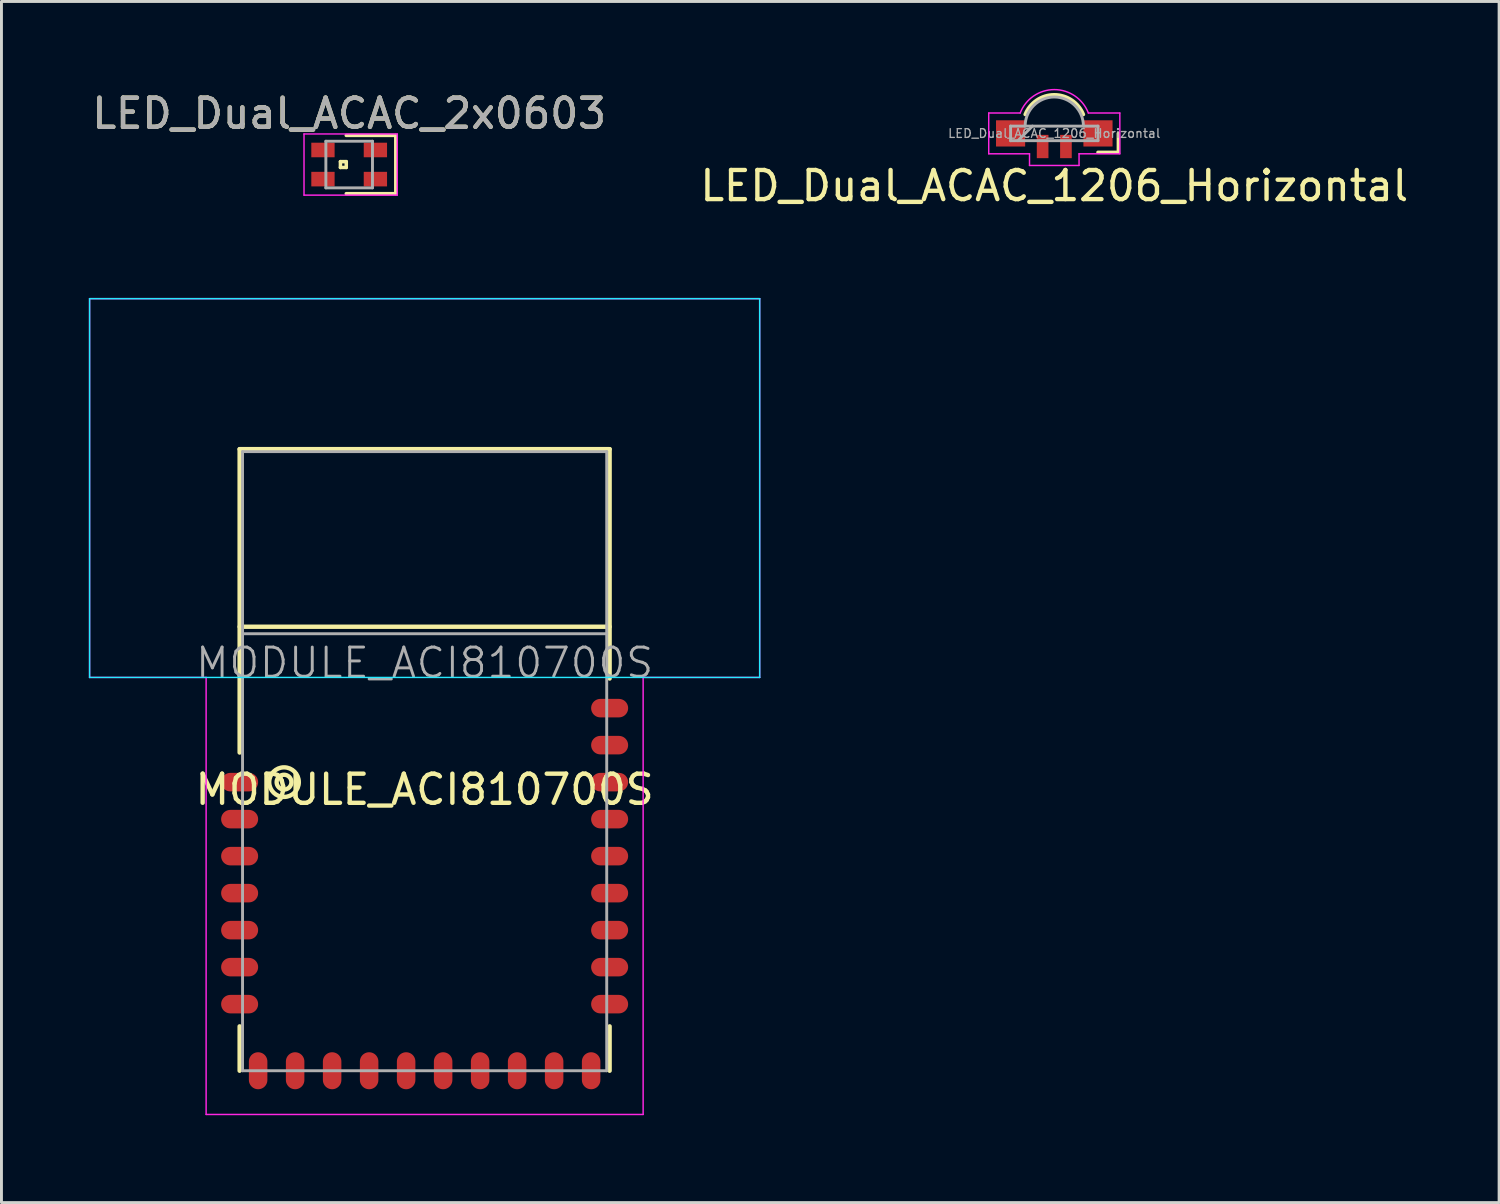
<source format=kicad_pcb>
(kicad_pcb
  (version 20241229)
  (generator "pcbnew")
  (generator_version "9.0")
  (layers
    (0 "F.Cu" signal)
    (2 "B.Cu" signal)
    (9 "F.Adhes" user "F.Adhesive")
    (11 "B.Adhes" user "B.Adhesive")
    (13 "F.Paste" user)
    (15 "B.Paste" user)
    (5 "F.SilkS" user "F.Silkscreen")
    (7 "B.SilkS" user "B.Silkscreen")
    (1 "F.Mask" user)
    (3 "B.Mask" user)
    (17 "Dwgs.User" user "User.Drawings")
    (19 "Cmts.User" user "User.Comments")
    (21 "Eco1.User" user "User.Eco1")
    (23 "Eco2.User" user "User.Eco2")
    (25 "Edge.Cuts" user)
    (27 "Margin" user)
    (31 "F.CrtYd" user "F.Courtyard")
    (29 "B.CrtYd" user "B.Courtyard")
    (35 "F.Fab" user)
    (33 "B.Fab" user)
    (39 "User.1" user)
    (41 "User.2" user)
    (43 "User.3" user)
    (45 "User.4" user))
  (footprint "LED_Dual_ACAC_2x0603"
    (layer "F.Cu")
    (at 8.935 2.598)
    (property "Reference" "LED_Dual_ACAC_2x0603" (at 0 -1.75 0) (layer "F.SilkS") (effects (font (size 1 1) (thickness 0.15))))
    (attr smd)
    (fp_line (start -0.3 0.1) (end -0.3 -0.1) (stroke (width 0.12) (type solid)) (layer "F.SilkS"))
    (fp_line (start -0.1 -0.1) (end -0.3 -0.1) (stroke (width 0.12) (type solid)) (layer "F.SilkS"))
    (fp_line (start -0.1 0.1) (end -0.3 0.1) (stroke (width 0.12) (type solid)) (layer "F.SilkS"))
    (fp_line (start -0.1 0.1) (end -0.1 -0.1) (stroke (width 0.12) (type solid)) (layer "F.SilkS"))
    (fp_line (start 1.6 -1) (end -0.1 -1) (stroke (width 0.12) (type solid)) (layer "F.SilkS"))
    (fp_line (start 1.6 -1) (end 1.6 1) (stroke (width 0.12) (type solid)) (layer "F.SilkS"))
    (fp_line (start 1.6 1) (end -0.1 1) (stroke (width 0.12) (type solid)) (layer "F.SilkS"))
    (fp_line (start -1.55 -1.05) (end -1.55 1.05) (stroke (width 0.05) (type solid)) (layer "F.CrtYd"))
    (fp_line (start -1.55 -1.05) (end 1.65 -1.05) (stroke (width 0.05) (type solid)) (layer "F.CrtYd"))
    (fp_line (start 1.65 1.05) (end -1.55 1.05) (stroke (width 0.05) (type solid)) (layer "F.CrtYd"))
    (fp_line (start 1.65 1.05) (end 1.65 -1.05) (stroke (width 0.05) (type solid)) (layer "F.CrtYd"))
    (fp_line (start -0.8 -0.8) (end 0.8 -0.8) (stroke (width 0.1) (type solid)) (layer "F.Fab"))
    (fp_line (start -0.8 0.8) (end -0.8 -0.8) (stroke (width 0.1) (type solid)) (layer "F.Fab"))
    (fp_line (start 0.8 -0.8) (end 0.8 0.8) (stroke (width 0.1) (type solid)) (layer "F.Fab"))
    (fp_line (start 0.8 0.8) (end -0.8 0.8) (stroke (width 0.1) (type solid)) (layer "F.Fab"))
    (fp_text user "${REFERENCE}" (at 0 -1.75 0) (layer "F.Fab") (effects (font (size 1 1) (thickness 0.15))))
    (pad "1" smd rect (at -0.9 -0.5) (size 0.8 0.5) (layers "F.Cu" "F.Mask" "F.Paste"))
    (pad "2" smd rect (at 0.9 -0.5) (size 0.8 0.5) (layers "F.Cu" "F.Mask" "F.Paste"))
    (pad "3" smd rect (at -0.9 0.5) (size 0.8 0.5) (layers "F.Cu" "F.Mask" "F.Paste"))
    (pad "4" smd rect (at 0.9 0.5) (size 0.8 0.5) (layers "F.Cu" "F.Mask" "F.Paste")))
  (footprint "MODULE_ACI810700S"
    (layer "F.Cu")
    (at 11.525 33.702)
    (property "Reference" "MODULE_ACI810700S" (at 0 -9.652 0) (layer "F.SilkS") (effects (font (size 1 1) (thickness 0.15))))
    (attr smd)
    (fp_line (start -6.35 -21.336) (end -6.35 -10.922) (stroke (width 0.15) (type solid)) (layer "F.SilkS"))
    (fp_line (start -6.35 -1.524) (end -6.35 0) (stroke (width 0.15) (type solid)) (layer "F.SilkS"))
    (fp_line (start 6.35 -21.336) (end -6.35 -21.336) (stroke (width 0.15) (type solid)) (layer "F.SilkS"))
    (fp_line (start 6.35 -15.24) (end -6.35 -15.24) (stroke (width 0.15) (type solid)) (layer "F.SilkS"))
    (fp_line (start 6.35 -13.462) (end 6.35 -21.336) (stroke (width 0.15) (type solid)) (layer "F.SilkS"))
    (fp_line (start 6.35 0) (end 6.35 -1.524) (stroke (width 0.15) (type solid)) (layer "F.SilkS"))
    (fp_circle (center -4.826 -9.906) (end -4.572 -9.906) (stroke (width 0.15) (type solid)) (fill no) (layer "F.SilkS"))
    (fp_circle (center -4.826 -9.906) (end -4.318 -9.906) (stroke (width 0.15) (type solid)) (fill no) (layer "F.SilkS"))
    (fp_line (start -11.5 -26.5) (end 11.5 -26.5) (stroke (width 0.05) (type solid)) (layer "B.CrtYd"))
    (fp_line (start -11.5 -13.5) (end -11.5 -26.5) (stroke (width 0.05) (type solid)) (layer "B.CrtYd"))
    (fp_line (start 11.5 -26.5) (end 11.5 -13.5) (stroke (width 0.05) (type solid)) (layer "B.CrtYd"))
    (fp_line (start 11.5 -13.5) (end -11.5 -13.5) (stroke (width 0.05) (type solid)) (layer "B.CrtYd"))
    (fp_line (start -11.5 -26.5) (end -11.5 -13.5) (stroke (width 0.05) (type solid)) (layer "F.CrtYd"))
    (fp_line (start -11.5 -13.5) (end -7.5 -13.5) (stroke (width 0.05) (type solid)) (layer "F.CrtYd"))
    (fp_line (start -7.5 -13.5) (end -7.5 1.5) (stroke (width 0.05) (type solid)) (layer "F.CrtYd"))
    (fp_line (start -7.5 1.5) (end 7.5 1.5) (stroke (width 0.05) (type solid)) (layer "F.CrtYd"))
    (fp_line (start 7.5 -13.5) (end 11.5 -13.5) (stroke (width 0.05) (type solid)) (layer "F.CrtYd"))
    (fp_line (start 7.5 1.5) (end 7.5 -13.5) (stroke (width 0.05) (type solid)) (layer "F.CrtYd"))
    (fp_line (start 11.5 -26.5) (end -11.5 -26.5) (stroke (width 0.05) (type solid)) (layer "F.CrtYd"))
    (fp_line (start 11.5 -13.5) (end 11.5 -26.5) (stroke (width 0.05) (type solid)) (layer "F.CrtYd"))
    (fp_line (start -6.25 -21.25) (end 6.25 -21.25) (stroke (width 0.1) (type solid)) (layer "F.Fab"))
    (fp_line (start -6.25 -15) (end 6.25 -15) (stroke (width 0.1) (type solid)) (layer "F.Fab"))
    (fp_line (start -6.25 0) (end -6.25 -21.25) (stroke (width 0.1) (type solid)) (layer "F.Fab"))
    (fp_line (start 6.25 -21.25) (end 6.25 0) (stroke (width 0.1) (type solid)) (layer "F.Fab"))
    (fp_line (start 6.25 0) (end -6.25 0) (stroke (width 0.1) (type solid)) (layer "F.Fab"))
    (fp_text user "${REFERENCE}" (at 0 -14 0) (layer "F.Fab") (effects (font (size 1 1) (thickness 0.1))))
    (pad "1" smd oval (at -6.35 -9.906) (size 1.27 0.635) (layers "F.Cu" "F.Mask" "F.Paste"))
    (pad "2" smd oval (at -6.35 -8.636) (size 1.27 0.635) (layers "F.Cu" "F.Mask" "F.Paste"))
    (pad "3" smd oval (at -6.35 -7.366) (size 1.27 0.635) (layers "F.Cu" "F.Mask" "F.Paste"))
    (pad "4" smd oval (at -6.35 -6.096) (size 1.27 0.635) (layers "F.Cu" "F.Mask" "F.Paste"))
    (pad "5" smd oval (at -6.35 -4.826) (size 1.27 0.635) (layers "F.Cu" "F.Mask" "F.Paste"))
    (pad "6" smd oval (at -6.35 -3.556) (size 1.27 0.635) (layers "F.Cu" "F.Mask" "F.Paste"))
    (pad "7" smd oval (at -6.35 -2.286) (size 1.27 0.635) (layers "F.Cu" "F.Mask" "F.Paste"))
    (pad "8" smd oval (at -5.715 0) (size 0.635 1.27) (layers "F.Cu" "F.Mask" "F.Paste"))
    (pad "9" smd oval (at -4.445 0) (size 0.635 1.27) (layers "F.Cu" "F.Mask" "F.Paste"))
    (pad "10" smd oval (at -3.175 0) (size 0.635 1.27) (layers "F.Cu" "F.Mask" "F.Paste"))
    (pad "11" smd oval (at -1.905 0) (size 0.635 1.27) (layers "F.Cu" "F.Mask" "F.Paste"))
    (pad "12" smd oval (at -0.635 0) (size 0.635 1.27) (layers "F.Cu" "F.Mask" "F.Paste"))
    (pad "13" smd oval (at 0.635 0) (size 0.635 1.27) (layers "F.Cu" "F.Mask" "F.Paste"))
    (pad "14" smd oval (at 1.905 0) (size 0.635 1.27) (layers "F.Cu" "F.Mask" "F.Paste"))
    (pad "15" smd oval (at 3.175 0) (size 0.635 1.27) (layers "F.Cu" "F.Mask" "F.Paste"))
    (pad "16" smd oval (at 4.445 0) (size 0.635 1.27) (layers "F.Cu" "F.Mask" "F.Paste"))
    (pad "17" smd oval (at 5.715 0) (size 0.635 1.27) (layers "F.Cu" "F.Mask" "F.Paste"))
    (pad "18" smd oval (at 6.35 -2.286) (size 1.27 0.635) (layers "F.Cu" "F.Mask" "F.Paste"))
    (pad "19" smd oval (at 6.35 -3.556) (size 1.27 0.635) (layers "F.Cu" "F.Mask" "F.Paste"))
    (pad "20" smd oval (at 6.35 -4.826) (size 1.27 0.635) (layers "F.Cu" "F.Mask" "F.Paste"))
    (pad "21" smd oval (at 6.35 -6.096) (size 1.27 0.635) (layers "F.Cu" "F.Mask" "F.Paste"))
    (pad "22" smd oval (at 6.35 -7.366) (size 1.27 0.635) (layers "F.Cu" "F.Mask" "F.Paste"))
    (pad "23" smd oval (at 6.35 -8.636) (size 1.27 0.635) (layers "F.Cu" "F.Mask" "F.Paste"))
    (pad "24" smd oval (at 6.35 -9.906) (size 1.27 0.635) (layers "F.Cu" "F.Mask" "F.Paste"))
    (pad "25" smd oval (at 6.35 -11.176) (size 1.27 0.635) (layers "F.Cu" "F.Mask" "F.Paste"))
    (pad "26" smd oval (at 6.35 -12.446) (size 1.27 0.635) (layers "F.Cu" "F.Mask" "F.Paste")))
  (footprint "LED_Dual_ACAC_1206_Horizontal"
    (layer "F.Cu")
    (at 33.137 1.529)
    (property "Reference" "LED_Dual_ACAC_1206_Horizontal" (at 0 1.8 0) (layer "F.SilkS") (effects (font (size 1 1) (thickness 0.15))))
    (attr smd)
    (fp_line (start 2.2 0) (end 2.2 0.65) (stroke (width 0.12) (type solid)) (layer "F.SilkS"))
    (fp_line (start 2.2 0.65) (end 1.5 0.65) (stroke (width 0.12) (type solid)) (layer "F.SilkS"))
    (fp_arc (start -1 -0.65) (mid 0 -1.327033) (end 1 -0.65) (stroke (width 0.12) (type solid)) (layer "F.SilkS"))
    (fp_line (start -2.25 -0.7) (end -1.17 -0.7) (stroke (width 0.05) (type solid)) (layer "F.CrtYd"))
    (fp_line (start -2.25 0.7) (end -2.25 -0.7) (stroke (width 0.05) (type solid)) (layer "F.CrtYd"))
    (fp_line (start -2.25 0.7) (end -0.85 0.7) (stroke (width 0.05) (type solid)) (layer "F.CrtYd"))
    (fp_line (start -0.85 0.7) (end -0.85 1.1) (stroke (width 0.05) (type solid)) (layer "F.CrtYd"))
    (fp_line (start -0.85 1.1) (end 0.85 1.1) (stroke (width 0.05) (type solid)) (layer "F.CrtYd"))
    (fp_line (start 0.85 0.7) (end 2.25 0.7) (stroke (width 0.05) (type solid)) (layer "F.CrtYd"))
    (fp_line (start 0.85 1.1) (end 0.85 0.7) (stroke (width 0.05) (type solid)) (layer "F.CrtYd"))
    (fp_line (start 2.25 -0.7) (end 1.17 -0.7) (stroke (width 0.05) (type solid)) (layer "F.CrtYd"))
    (fp_line (start 2.25 0.7) (end 2.25 -0.7) (stroke (width 0.05) (type solid)) (layer "F.CrtYd"))
    (fp_arc (start -1.17 -0.7) (mid 0 -1.503555) (end 1.17 -0.7) (stroke (width 0.05) (type solid)) (layer "F.CrtYd"))
    (fp_line (start -1.5 -0.25) (end -1.5 0.25) (stroke (width 0.1) (type solid)) (layer "F.Fab"))
    (fp_line (start -1.5 0.25) (end 1.5 0.25) (stroke (width 0.1) (type solid)) (layer "F.Fab"))
    (fp_line (start -0.75 -0.25) (end -1.25 0.25) (stroke (width 0.1) (type solid)) (layer "F.Fab"))
    (fp_line (start 1.5 -0.25) (end -1.5 -0.25) (stroke (width 0.1) (type solid)) (layer "F.Fab"))
    (fp_line (start 1.5 0.25) (end 1.5 -0.25) (stroke (width 0.1) (type solid)) (layer "F.Fab"))
    (fp_arc (start -1 -0.25) (mid 0 -1.25) (end 1 -0.25) (stroke (width 0.1) (type solid)) (layer "F.Fab"))
    (fp_text user "${REFERENCE}" (at 0 0 0) (layer "F.Fab") (effects (font (size 0.3 0.3) (thickness 0.045))))
    (pad "1" smd rect (at 0.4 0.45) (size 0.4 0.8) (layers "F.Cu" "F.Mask" "F.Paste"))
    (pad "2" smd rect (at -0.4 0.45) (size 0.4 0.8) (layers "F.Cu" "F.Mask" "F.Paste"))
    (pad "3" smd rect (at 1.5 0) (size 1 0.9) (layers "F.Cu" "F.Mask" "F.Paste"))
    (pad "4" smd rect (at -1.5 0) (size 1 0.9) (layers "F.Cu" "F.Mask" "F.Paste")))
  (gr_rect
    (start -3 -3)
    (end 48.405 38.227)
    (stroke (width 0.1) (type default))
    (fill no)
    (layer "Edge.Cuts")))
</source>
